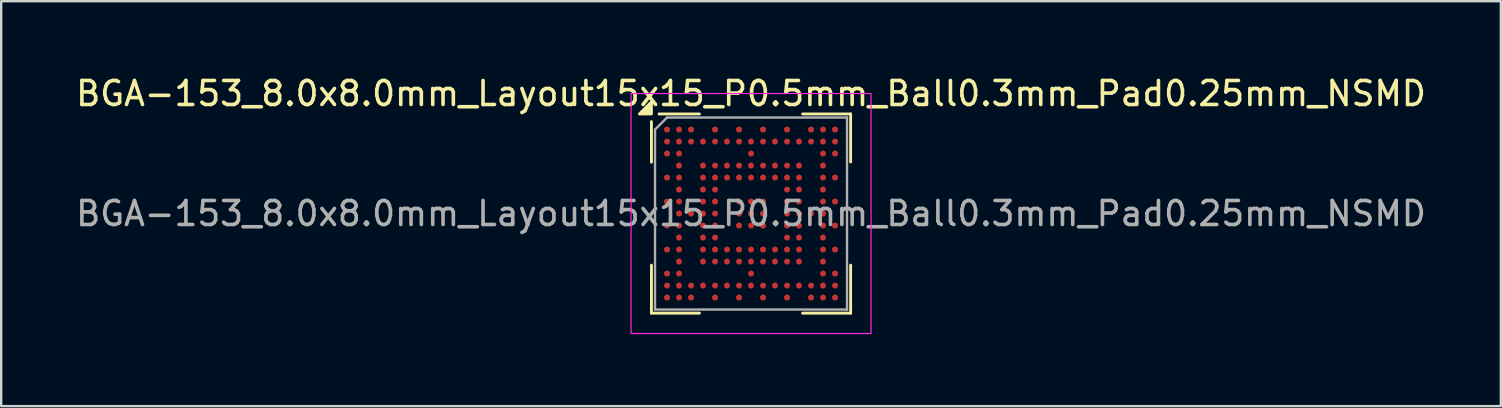
<source format=kicad_pcb>
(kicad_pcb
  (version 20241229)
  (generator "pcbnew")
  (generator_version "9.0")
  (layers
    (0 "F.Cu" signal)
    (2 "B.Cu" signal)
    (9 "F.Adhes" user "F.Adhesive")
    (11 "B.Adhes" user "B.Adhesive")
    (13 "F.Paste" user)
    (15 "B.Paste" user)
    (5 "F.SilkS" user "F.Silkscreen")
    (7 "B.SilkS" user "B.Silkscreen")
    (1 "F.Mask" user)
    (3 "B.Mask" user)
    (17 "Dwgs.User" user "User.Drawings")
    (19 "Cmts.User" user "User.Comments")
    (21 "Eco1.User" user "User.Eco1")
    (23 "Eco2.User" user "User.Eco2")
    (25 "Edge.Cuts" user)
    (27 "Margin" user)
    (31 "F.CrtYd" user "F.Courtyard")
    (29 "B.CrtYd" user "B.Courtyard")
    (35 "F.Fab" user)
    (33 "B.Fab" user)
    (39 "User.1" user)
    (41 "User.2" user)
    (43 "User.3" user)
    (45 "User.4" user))
  (footprint "BGA-153_8.0x8.0mm_Layout15x15_P0.5mm_Ball0.3mm_Pad0.25mm_NSMD"
    (layer "F.Cu")
    (at 28.244 5.848)
    (property "Reference" "BGA-153_8.0x8.0mm_Layout15x15_P0.5mm_Ball0.3mm_Pad0.25mm_NSMD" (at 0 -5 0) (layer "F.SilkS") (effects (font (size 1 1) (thickness 0.15))))
    (attr smd)
    (fp_line (start -4.15 -3.83) (end -4.15 -2.14) (stroke (width 0.12) (type solid)) (layer "F.SilkS"))
    (fp_line (start -4.15 4.15) (end -4.15 2.15) (stroke (width 0.12) (type solid)) (layer "F.SilkS"))
    (fp_line (start -2.15 -4.15) (end -3.83 -4.15) (stroke (width 0.12) (type solid)) (layer "F.SilkS"))
    (fp_line (start -2.15 4.15) (end -4.15 4.15) (stroke (width 0.12) (type solid)) (layer "F.SilkS"))
    (fp_line (start 2.15 -4.15) (end 4.15 -4.15) (stroke (width 0.12) (type solid)) (layer "F.SilkS"))
    (fp_line (start 2.15 4.15) (end 4.15 4.15) (stroke (width 0.12) (type solid)) (layer "F.SilkS"))
    (fp_line (start 4.15 -4.15) (end 4.15 -2.15) (stroke (width 0.12) (type solid)) (layer "F.SilkS"))
    (fp_line (start 4.15 4.15) (end 4.15 2.15) (stroke (width 0.12) (type solid)) (layer "F.SilkS"))
    (fp_poly (pts (xy -4.15 -4.15) (xy -4.65 -4.15) (xy -4.15 -4.65) (xy -4.15 -4.15)) (stroke (width 0.12) (type solid)) (fill yes) (layer "F.SilkS"))
    (fp_rect (start 5 5) (end -5 -5) (stroke (width 0.05) (type solid)) (fill no) (layer "F.CrtYd"))
    (fp_line (start -4 -3.5) (end -4 4) (stroke (width 0.1) (type solid)) (layer "F.Fab"))
    (fp_line (start -4 4) (end 4 4) (stroke (width 0.1) (type solid)) (layer "F.Fab"))
    (fp_line (start -3.5 -4) (end -4 -3.5) (stroke (width 0.1) (type solid)) (layer "F.Fab"))
    (fp_line (start 4 -4) (end -3.5 -4) (stroke (width 0.1) (type solid)) (layer "F.Fab"))
    (fp_line (start 4 4) (end 4 -4) (stroke (width 0.1) (type solid)) (layer "F.Fab"))
    (fp_text user "${REFERENCE}" (at 0 0 0) (layer "F.Fab") (effects (font (size 1 1) (thickness 0.15))))
    (pad "A1" smd circle (at -3.5 -3.5) (size 0.25 0.25) (property pad_prop_bga) (layers "F.Cu" "F.Mask" "F.Paste"))
    (pad "A2" smd circle (at -3 -3.5) (size 0.25 0.25) (property pad_prop_bga) (layers "F.Cu" "F.Mask" "F.Paste"))
    (pad "A3" smd circle (at -2.5 -3.5) (size 0.25 0.25) (property pad_prop_bga) (layers "F.Cu" "F.Mask" "F.Paste"))
    (pad "A5" smd circle (at -1.5 -3.5) (size 0.25 0.25) (property pad_prop_bga) (layers "F.Cu" "F.Mask" "F.Paste"))
    (pad "A7" smd circle (at -0.5 -3.5) (size 0.25 0.25) (property pad_prop_bga) (layers "F.Cu" "F.Mask" "F.Paste"))
    (pad "A9" smd circle (at 0.5 -3.5) (size 0.25 0.25) (property pad_prop_bga) (layers "F.Cu" "F.Mask" "F.Paste"))
    (pad "A11" smd circle (at 1.5 -3.5) (size 0.25 0.25) (property pad_prop_bga) (layers "F.Cu" "F.Mask" "F.Paste"))
    (pad "A13" smd circle (at 2.5 -3.5) (size 0.25 0.25) (property pad_prop_bga) (layers "F.Cu" "F.Mask" "F.Paste"))
    (pad "A14" smd circle (at 3 -3.5) (size 0.25 0.25) (property pad_prop_bga) (layers "F.Cu" "F.Mask" "F.Paste"))
    (pad "A15" smd circle (at 3.5 -3.5) (size 0.25 0.25) (property pad_prop_bga) (layers "F.Cu" "F.Mask" "F.Paste"))
    (pad "B1" smd circle (at -3.5 -3) (size 0.25 0.25) (property pad_prop_bga) (layers "F.Cu" "F.Mask" "F.Paste"))
    (pad "B2" smd circle (at -3 -3) (size 0.25 0.25) (property pad_prop_bga) (layers "F.Cu" "F.Mask" "F.Paste"))
    (pad "B3" smd circle (at -2.5 -3) (size 0.25 0.25) (property pad_prop_bga) (layers "F.Cu" "F.Mask" "F.Paste"))
    (pad "B4" smd circle (at -2 -3) (size 0.25 0.25) (property pad_prop_bga) (layers "F.Cu" "F.Mask" "F.Paste"))
    (pad "B5" smd circle (at -1.5 -3) (size 0.25 0.25) (property pad_prop_bga) (layers "F.Cu" "F.Mask" "F.Paste"))
    (pad "B6" smd circle (at -1 -3) (size 0.25 0.25) (property pad_prop_bga) (layers "F.Cu" "F.Mask" "F.Paste"))
    (pad "B7" smd circle (at -0.5 -3) (size 0.25 0.25) (property pad_prop_bga) (layers "F.Cu" "F.Mask" "F.Paste"))
    (pad "B8" smd circle (at 0 -3) (size 0.25 0.25) (property pad_prop_bga) (layers "F.Cu" "F.Mask" "F.Paste"))
    (pad "B9" smd circle (at 0.5 -3) (size 0.25 0.25) (property pad_prop_bga) (layers "F.Cu" "F.Mask" "F.Paste"))
    (pad "B10" smd circle (at 1 -3) (size 0.25 0.25) (property pad_prop_bga) (layers "F.Cu" "F.Mask" "F.Paste"))
    (pad "B11" smd circle (at 1.5 -3) (size 0.25 0.25) (property pad_prop_bga) (layers "F.Cu" "F.Mask" "F.Paste"))
    (pad "B12" smd circle (at 2 -3) (size 0.25 0.25) (property pad_prop_bga) (layers "F.Cu" "F.Mask" "F.Paste"))
    (pad "B13" smd circle (at 2.5 -3) (size 0.25 0.25) (property pad_prop_bga) (layers "F.Cu" "F.Mask" "F.Paste"))
    (pad "B14" smd circle (at 3 -3) (size 0.25 0.25) (property pad_prop_bga) (layers "F.Cu" "F.Mask" "F.Paste"))
    (pad "B15" smd circle (at 3.5 -3) (size 0.25 0.25) (property pad_prop_bga) (layers "F.Cu" "F.Mask" "F.Paste"))
    (pad "C1" smd circle (at -3.5 -2.5) (size 0.25 0.25) (property pad_prop_bga) (layers "F.Cu" "F.Mask" "F.Paste"))
    (pad "C2" smd circle (at -3 -2.5) (size 0.25 0.25) (property pad_prop_bga) (layers "F.Cu" "F.Mask" "F.Paste"))
    (pad "C8" smd circle (at 0 -2.5) (size 0.25 0.25) (property pad_prop_bga) (layers "F.Cu" "F.Mask" "F.Paste"))
    (pad "C14" smd circle (at 3 -2.5) (size 0.25 0.25) (property pad_prop_bga) (layers "F.Cu" "F.Mask" "F.Paste"))
    (pad "C15" smd circle (at 3.5 -2.5) (size 0.25 0.25) (property pad_prop_bga) (layers "F.Cu" "F.Mask" "F.Paste"))
    (pad "D2" smd circle (at -3 -2) (size 0.25 0.25) (property pad_prop_bga) (layers "F.Cu" "F.Mask" "F.Paste"))
    (pad "D4" smd circle (at -2 -2) (size 0.25 0.25) (property pad_prop_bga) (layers "F.Cu" "F.Mask" "F.Paste"))
    (pad "D5" smd circle (at -1.5 -2) (size 0.25 0.25) (property pad_prop_bga) (layers "F.Cu" "F.Mask" "F.Paste"))
    (pad "D6" smd circle (at -1 -2) (size 0.25 0.25) (property pad_prop_bga) (layers "F.Cu" "F.Mask" "F.Paste"))
    (pad "D7" smd circle (at -0.5 -2) (size 0.25 0.25) (property pad_prop_bga) (layers "F.Cu" "F.Mask" "F.Paste"))
    (pad "D8" smd circle (at 0 -2) (size 0.25 0.25) (property pad_prop_bga) (layers "F.Cu" "F.Mask" "F.Paste"))
    (pad "D9" smd circle (at 0.5 -2) (size 0.25 0.25) (property pad_prop_bga) (layers "F.Cu" "F.Mask" "F.Paste"))
    (pad "D10" smd circle (at 1 -2) (size 0.25 0.25) (property pad_prop_bga) (layers "F.Cu" "F.Mask" "F.Paste"))
    (pad "D11" smd circle (at 1.5 -2) (size 0.25 0.25) (property pad_prop_bga) (layers "F.Cu" "F.Mask" "F.Paste"))
    (pad "D12" smd circle (at 2 -2) (size 0.25 0.25) (property pad_prop_bga) (layers "F.Cu" "F.Mask" "F.Paste"))
    (pad "D14" smd circle (at 3 -2) (size 0.25 0.25) (property pad_prop_bga) (layers "F.Cu" "F.Mask" "F.Paste"))
    (pad "E1" smd circle (at -3.5 -1.5) (size 0.25 0.25) (property pad_prop_bga) (layers "F.Cu" "F.Mask" "F.Paste"))
    (pad "E2" smd circle (at -3 -1.5) (size 0.25 0.25) (property pad_prop_bga) (layers "F.Cu" "F.Mask" "F.Paste"))
    (pad "E4" smd circle (at -2 -1.5) (size 0.25 0.25) (property pad_prop_bga) (layers "F.Cu" "F.Mask" "F.Paste"))
    (pad "E5" smd circle (at -1.5 -1.5) (size 0.25 0.25) (property pad_prop_bga) (layers "F.Cu" "F.Mask" "F.Paste"))
    (pad "E6" smd circle (at -1 -1.5) (size 0.25 0.25) (property pad_prop_bga) (layers "F.Cu" "F.Mask" "F.Paste"))
    (pad "E7" smd circle (at -0.5 -1.5) (size 0.25 0.25) (property pad_prop_bga) (layers "F.Cu" "F.Mask" "F.Paste"))
    (pad "E8" smd circle (at 0 -1.5) (size 0.25 0.25) (property pad_prop_bga) (layers "F.Cu" "F.Mask" "F.Paste"))
    (pad "E9" smd circle (at 0.5 -1.5) (size 0.25 0.25) (property pad_prop_bga) (layers "F.Cu" "F.Mask" "F.Paste"))
    (pad "E10" smd circle (at 1 -1.5) (size 0.25 0.25) (property pad_prop_bga) (layers "F.Cu" "F.Mask" "F.Paste"))
    (pad "E11" smd circle (at 1.5 -1.5) (size 0.25 0.25) (property pad_prop_bga) (layers "F.Cu" "F.Mask" "F.Paste"))
    (pad "E12" smd circle (at 2 -1.5) (size 0.25 0.25) (property pad_prop_bga) (layers "F.Cu" "F.Mask" "F.Paste"))
    (pad "E14" smd circle (at 3 -1.5) (size 0.25 0.25) (property pad_prop_bga) (layers "F.Cu" "F.Mask" "F.Paste"))
    (pad "E15" smd circle (at 3.5 -1.5) (size 0.25 0.25) (property pad_prop_bga) (layers "F.Cu" "F.Mask" "F.Paste"))
    (pad "F2" smd circle (at -3 -1) (size 0.25 0.25) (property pad_prop_bga) (layers "F.Cu" "F.Mask" "F.Paste"))
    (pad "F4" smd circle (at -2 -1) (size 0.25 0.25) (property pad_prop_bga) (layers "F.Cu" "F.Mask" "F.Paste"))
    (pad "F5" smd circle (at -1.5 -1) (size 0.25 0.25) (property pad_prop_bga) (layers "F.Cu" "F.Mask" "F.Paste"))
    (pad "F11" smd circle (at 1.5 -1) (size 0.25 0.25) (property pad_prop_bga) (layers "F.Cu" "F.Mask" "F.Paste"))
    (pad "F12" smd circle (at 2 -1) (size 0.25 0.25) (property pad_prop_bga) (layers "F.Cu" "F.Mask" "F.Paste"))
    (pad "F14" smd circle (at 3 -1) (size 0.25 0.25) (property pad_prop_bga) (layers "F.Cu" "F.Mask" "F.Paste"))
    (pad "G1" smd circle (at -3.5 -0.5) (size 0.25 0.25) (property pad_prop_bga) (layers "F.Cu" "F.Mask" "F.Paste"))
    (pad "G2" smd circle (at -3 -0.5) (size 0.25 0.25) (property pad_prop_bga) (layers "F.Cu" "F.Mask" "F.Paste"))
    (pad "G4" smd circle (at -2 -0.5) (size 0.25 0.25) (property pad_prop_bga) (layers "F.Cu" "F.Mask" "F.Paste"))
    (pad "G5" smd circle (at -1.5 -0.5) (size 0.25 0.25) (property pad_prop_bga) (layers "F.Cu" "F.Mask" "F.Paste"))
    (pad "G7" smd circle (at -0.5 -0.5) (size 0.25 0.25) (property pad_prop_bga) (layers "F.Cu" "F.Mask" "F.Paste"))
    (pad "G8" smd circle (at 0 -0.5) (size 0.25 0.25) (property pad_prop_bga) (layers "F.Cu" "F.Mask" "F.Paste"))
    (pad "G9" smd circle (at 0.5 -0.5) (size 0.25 0.25) (property pad_prop_bga) (layers "F.Cu" "F.Mask" "F.Paste"))
    (pad "G11" smd circle (at 1.5 -0.5) (size 0.25 0.25) (property pad_prop_bga) (layers "F.Cu" "F.Mask" "F.Paste"))
    (pad "G12" smd circle (at 2 -0.5) (size 0.25 0.25) (property pad_prop_bga) (layers "F.Cu" "F.Mask" "F.Paste"))
    (pad "G14" smd circle (at 3 -0.5) (size 0.25 0.25) (property pad_prop_bga) (layers "F.Cu" "F.Mask" "F.Paste"))
    (pad "G15" smd circle (at 3.5 -0.5) (size 0.25 0.25) (property pad_prop_bga) (layers "F.Cu" "F.Mask" "F.Paste"))
    (pad "H2" smd circle (at -3 0) (size 0.25 0.25) (property pad_prop_bga) (layers "F.Cu" "F.Mask" "F.Paste"))
    (pad "H3" smd circle (at -2.5 0) (size 0.25 0.25) (property pad_prop_bga) (layers "F.Cu" "F.Mask" "F.Paste"))
    (pad "H4" smd circle (at -2 0) (size 0.25 0.25) (property pad_prop_bga) (layers "F.Cu" "F.Mask" "F.Paste"))
    (pad "H5" smd circle (at -1.5 0) (size 0.25 0.25) (property pad_prop_bga) (layers "F.Cu" "F.Mask" "F.Paste"))
    (pad "H7" smd circle (at -0.5 0) (size 0.25 0.25) (property pad_prop_bga) (layers "F.Cu" "F.Mask" "F.Paste"))
    (pad "H8" smd circle (at 0 0) (size 0.25 0.25) (property pad_prop_bga) (layers "F.Cu" "F.Mask" "F.Paste"))
    (pad "H9" smd circle (at 0.5 0) (size 0.25 0.25) (property pad_prop_bga) (layers "F.Cu" "F.Mask" "F.Paste"))
    (pad "H11" smd circle (at 1.5 0) (size 0.25 0.25) (property pad_prop_bga) (layers "F.Cu" "F.Mask" "F.Paste"))
    (pad "H12" smd circle (at 2 0) (size 0.25 0.25) (property pad_prop_bga) (layers "F.Cu" "F.Mask" "F.Paste"))
    (pad "H13" smd circle (at 2.5 0) (size 0.25 0.25) (property pad_prop_bga) (layers "F.Cu" "F.Mask" "F.Paste"))
    (pad "H14" smd circle (at 3 0) (size 0.25 0.25) (property pad_prop_bga) (layers "F.Cu" "F.Mask" "F.Paste"))
    (pad "J1" smd circle (at -3.5 0.5) (size 0.25 0.25) (property pad_prop_bga) (layers "F.Cu" "F.Mask" "F.Paste"))
    (pad "J2" smd circle (at -3 0.5) (size 0.25 0.25) (property pad_prop_bga) (layers "F.Cu" "F.Mask" "F.Paste"))
    (pad "J4" smd circle (at -2 0.5) (size 0.25 0.25) (property pad_prop_bga) (layers "F.Cu" "F.Mask" "F.Paste"))
    (pad "J5" smd circle (at -1.5 0.5) (size 0.25 0.25) (property pad_prop_bga) (layers "F.Cu" "F.Mask" "F.Paste"))
    (pad "J7" smd circle (at -0.5 0.5) (size 0.25 0.25) (property pad_prop_bga) (layers "F.Cu" "F.Mask" "F.Paste"))
    (pad "J8" smd circle (at 0 0.5) (size 0.25 0.25) (property pad_prop_bga) (layers "F.Cu" "F.Mask" "F.Paste"))
    (pad "J9" smd circle (at 0.5 0.5) (size 0.25 0.25) (property pad_prop_bga) (layers "F.Cu" "F.Mask" "F.Paste"))
    (pad "J11" smd circle (at 1.5 0.5) (size 0.25 0.25) (property pad_prop_bga) (layers "F.Cu" "F.Mask" "F.Paste"))
    (pad "J12" smd circle (at 2 0.5) (size 0.25 0.25) (property pad_prop_bga) (layers "F.Cu" "F.Mask" "F.Paste"))
    (pad "J14" smd circle (at 3 0.5) (size 0.25 0.25) (property pad_prop_bga) (layers "F.Cu" "F.Mask" "F.Paste"))
    (pad "J15" smd circle (at 3.5 0.5) (size 0.25 0.25) (property pad_prop_bga) (layers "F.Cu" "F.Mask" "F.Paste"))
    (pad "K2" smd circle (at -3 1) (size 0.25 0.25) (property pad_prop_bga) (layers "F.Cu" "F.Mask" "F.Paste"))
    (pad "K4" smd circle (at -2 1) (size 0.25 0.25) (property pad_prop_bga) (layers "F.Cu" "F.Mask" "F.Paste"))
    (pad "K5" smd circle (at -1.5 1) (size 0.25 0.25) (property pad_prop_bga) (layers "F.Cu" "F.Mask" "F.Paste"))
    (pad "K11" smd circle (at 1.5 1) (size 0.25 0.25) (property pad_prop_bga) (layers "F.Cu" "F.Mask" "F.Paste"))
    (pad "K12" smd circle (at 2 1) (size 0.25 0.25) (property pad_prop_bga) (layers "F.Cu" "F.Mask" "F.Paste"))
    (pad "K14" smd circle (at 3 1) (size 0.25 0.25) (property pad_prop_bga) (layers "F.Cu" "F.Mask" "F.Paste"))
    (pad "L1" smd circle (at -3.5 1.5) (size 0.25 0.25) (property pad_prop_bga) (layers "F.Cu" "F.Mask" "F.Paste"))
    (pad "L2" smd circle (at -3 1.5) (size 0.25 0.25) (property pad_prop_bga) (layers "F.Cu" "F.Mask" "F.Paste"))
    (pad "L4" smd circle (at -2 1.5) (size 0.25 0.25) (property pad_prop_bga) (layers "F.Cu" "F.Mask" "F.Paste"))
    (pad "L5" smd circle (at -1.5 1.5) (size 0.25 0.25) (property pad_prop_bga) (layers "F.Cu" "F.Mask" "F.Paste"))
    (pad "L6" smd circle (at -1 1.5) (size 0.25 0.25) (property pad_prop_bga) (layers "F.Cu" "F.Mask" "F.Paste"))
    (pad "L7" smd circle (at -0.5 1.5) (size 0.25 0.25) (property pad_prop_bga) (layers "F.Cu" "F.Mask" "F.Paste"))
    (pad "L8" smd circle (at 0 1.5) (size 0.25 0.25) (property pad_prop_bga) (layers "F.Cu" "F.Mask" "F.Paste"))
    (pad "L9" smd circle (at 0.5 1.5) (size 0.25 0.25) (property pad_prop_bga) (layers "F.Cu" "F.Mask" "F.Paste"))
    (pad "L10" smd circle (at 1 1.5) (size 0.25 0.25) (property pad_prop_bga) (layers "F.Cu" "F.Mask" "F.Paste"))
    (pad "L11" smd circle (at 1.5 1.5) (size 0.25 0.25) (property pad_prop_bga) (layers "F.Cu" "F.Mask" "F.Paste"))
    (pad "L12" smd circle (at 2 1.5) (size 0.25 0.25) (property pad_prop_bga) (layers "F.Cu" "F.Mask" "F.Paste"))
    (pad "L14" smd circle (at 3 1.5) (size 0.25 0.25) (property pad_prop_bga) (layers "F.Cu" "F.Mask" "F.Paste"))
    (pad "L15" smd circle (at 3.5 1.5) (size 0.25 0.25) (property pad_prop_bga) (layers "F.Cu" "F.Mask" "F.Paste"))
    (pad "M2" smd circle (at -3 2) (size 0.25 0.25) (property pad_prop_bga) (layers "F.Cu" "F.Mask" "F.Paste"))
    (pad "M4" smd circle (at -2 2) (size 0.25 0.25) (property pad_prop_bga) (layers "F.Cu" "F.Mask" "F.Paste"))
    (pad "M5" smd circle (at -1.5 2) (size 0.25 0.25) (property pad_prop_bga) (layers "F.Cu" "F.Mask" "F.Paste"))
    (pad "M6" smd circle (at -1 2) (size 0.25 0.25) (property pad_prop_bga) (layers "F.Cu" "F.Mask" "F.Paste"))
    (pad "M7" smd circle (at -0.5 2) (size 0.25 0.25) (property pad_prop_bga) (layers "F.Cu" "F.Mask" "F.Paste"))
    (pad "M8" smd circle (at 0 2) (size 0.25 0.25) (property pad_prop_bga) (layers "F.Cu" "F.Mask" "F.Paste"))
    (pad "M9" smd circle (at 0.5 2) (size 0.25 0.25) (property pad_prop_bga) (layers "F.Cu" "F.Mask" "F.Paste"))
    (pad "M10" smd circle (at 1 2) (size 0.25 0.25) (property pad_prop_bga) (layers "F.Cu" "F.Mask" "F.Paste"))
    (pad "M11" smd circle (at 1.5 2) (size 0.25 0.25) (property pad_prop_bga) (layers "F.Cu" "F.Mask" "F.Paste"))
    (pad "M12" smd circle (at 2 2) (size 0.25 0.25) (property pad_prop_bga) (layers "F.Cu" "F.Mask" "F.Paste"))
    (pad "M14" smd circle (at 3 2) (size 0.25 0.25) (property pad_prop_bga) (layers "F.Cu" "F.Mask" "F.Paste"))
    (pad "N1" smd circle (at -3.5 2.5) (size 0.25 0.25) (property pad_prop_bga) (layers "F.Cu" "F.Mask" "F.Paste"))
    (pad "N2" smd circle (at -3 2.5) (size 0.25 0.25) (property pad_prop_bga) (layers "F.Cu" "F.Mask" "F.Paste"))
    (pad "N8" smd circle (at 0 2.5) (size 0.25 0.25) (property pad_prop_bga) (layers "F.Cu" "F.Mask" "F.Paste"))
    (pad "N14" smd circle (at 3 2.5) (size 0.25 0.25) (property pad_prop_bga) (layers "F.Cu" "F.Mask" "F.Paste"))
    (pad "N15" smd circle (at 3.5 2.5) (size 0.25 0.25) (property pad_prop_bga) (layers "F.Cu" "F.Mask" "F.Paste"))
    (pad "P1" smd circle (at -3.5 3) (size 0.25 0.25) (property pad_prop_bga) (layers "F.Cu" "F.Mask" "F.Paste"))
    (pad "P2" smd circle (at -3 3) (size 0.25 0.25) (property pad_prop_bga) (layers "F.Cu" "F.Mask" "F.Paste"))
    (pad "P3" smd circle (at -2.5 3) (size 0.25 0.25) (property pad_prop_bga) (layers "F.Cu" "F.Mask" "F.Paste"))
    (pad "P4" smd circle (at -2 3) (size 0.25 0.25) (property pad_prop_bga) (layers "F.Cu" "F.Mask" "F.Paste"))
    (pad "P5" smd circle (at -1.5 3) (size 0.25 0.25) (property pad_prop_bga) (layers "F.Cu" "F.Mask" "F.Paste"))
    (pad "P6" smd circle (at -1 3) (size 0.25 0.25) (property pad_prop_bga) (layers "F.Cu" "F.Mask" "F.Paste"))
    (pad "P7" smd circle (at -0.5 3) (size 0.25 0.25) (property pad_prop_bga) (layers "F.Cu" "F.Mask" "F.Paste"))
    (pad "P8" smd circle (at 0 3) (size 0.25 0.25) (property pad_prop_bga) (layers "F.Cu" "F.Mask" "F.Paste"))
    (pad "P9" smd circle (at 0.5 3) (size 0.25 0.25) (property pad_prop_bga) (layers "F.Cu" "F.Mask" "F.Paste"))
    (pad "P10" smd circle (at 1 3) (size 0.25 0.25) (property pad_prop_bga) (layers "F.Cu" "F.Mask" "F.Paste"))
    (pad "P11" smd circle (at 1.5 3) (size 0.25 0.25) (property pad_prop_bga) (layers "F.Cu" "F.Mask" "F.Paste"))
    (pad "P12" smd circle (at 2 3) (size 0.25 0.25) (property pad_prop_bga) (layers "F.Cu" "F.Mask" "F.Paste"))
    (pad "P13" smd circle (at 2.5 3) (size 0.25 0.25) (property pad_prop_bga) (layers "F.Cu" "F.Mask" "F.Paste"))
    (pad "P14" smd circle (at 3 3) (size 0.25 0.25) (property pad_prop_bga) (layers "F.Cu" "F.Mask" "F.Paste"))
    (pad "P15" smd circle (at 3.5 3) (size 0.25 0.25) (property pad_prop_bga) (layers "F.Cu" "F.Mask" "F.Paste"))
    (pad "R1" smd circle (at -3.5 3.5) (size 0.25 0.25) (property pad_prop_bga) (layers "F.Cu" "F.Mask" "F.Paste"))
    (pad "R2" smd circle (at -3 3.5) (size 0.25 0.25) (property pad_prop_bga) (layers "F.Cu" "F.Mask" "F.Paste"))
    (pad "R3" smd circle (at -2.5 3.5) (size 0.25 0.25) (property pad_prop_bga) (layers "F.Cu" "F.Mask" "F.Paste"))
    (pad "R5" smd circle (at -1.5 3.5) (size 0.25 0.25) (property pad_prop_bga) (layers "F.Cu" "F.Mask" "F.Paste"))
    (pad "R7" smd circle (at -0.5 3.5) (size 0.25 0.25) (property pad_prop_bga) (layers "F.Cu" "F.Mask" "F.Paste"))
    (pad "R9" smd circle (at 0.5 3.5) (size 0.25 0.25) (property pad_prop_bga) (layers "F.Cu" "F.Mask" "F.Paste"))
    (pad "R11" smd circle (at 1.5 3.5) (size 0.25 0.25) (property pad_prop_bga) (layers "F.Cu" "F.Mask" "F.Paste"))
    (pad "R13" smd circle (at 2.5 3.5) (size 0.25 0.25) (property pad_prop_bga) (layers "F.Cu" "F.Mask" "F.Paste"))
    (pad "R14" smd circle (at 3 3.5) (size 0.25 0.25) (property pad_prop_bga) (layers "F.Cu" "F.Mask" "F.Paste"))
    (pad "R15" smd circle (at 3.5 3.5) (size 0.25 0.25) (property pad_prop_bga) (layers "F.Cu" "F.Mask" "F.Paste")))
  (gr_rect
    (start -3 -3)
    (end 59.488 13.873)
    (stroke (width 0.1) (type default))
    (fill no)
    (layer "Edge.Cuts")))
</source>
